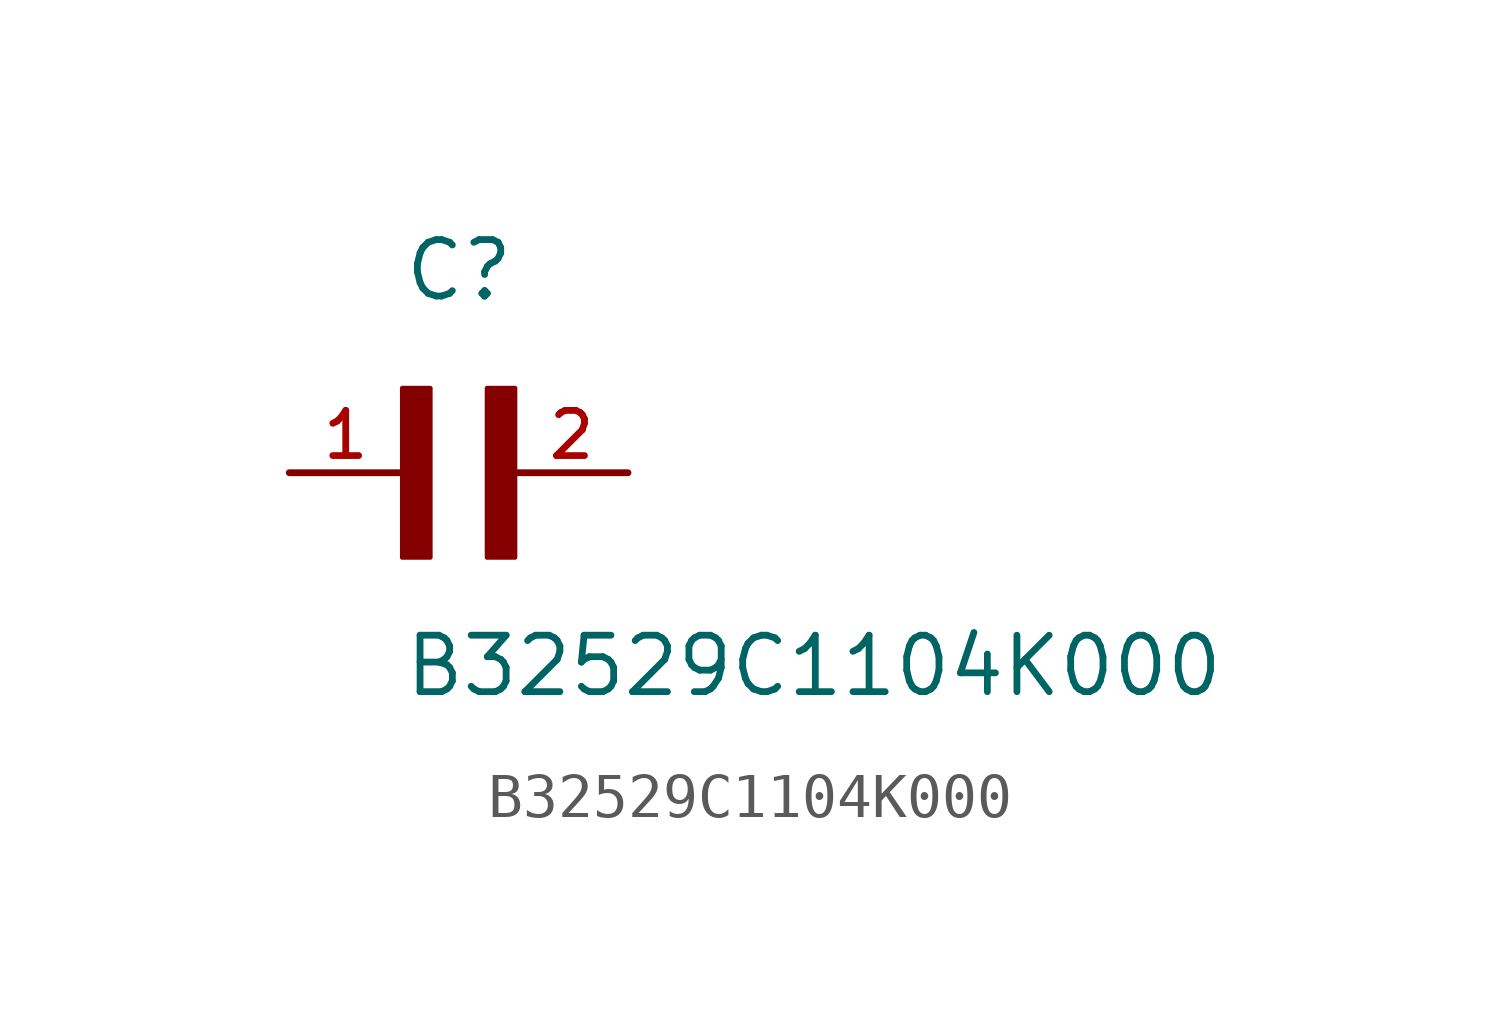
<source format=kicad_sym>
(kicad_symbol_lib
  (version 20211014)
  (generator kicad_symbol_editor)
  (symbol "B32529C1104K000"
    (pin_names
      (offset 1.016))
    (property "Reference" "C"
      (at 0.0 3.811 0)
      (effects (font (size 1.27 1.27)) (justify bottom left)))
    (property "Value" "B32529C1104K000"
      (at 0.0 -5.088 0)
      (effects (font (size 1.27 1.27)) (justify bottom left)))
    (symbol "B32529C1104K000_0_0"
      (rectangle (start 0.0 -1.907) (end 0.635 1.905) (stroke (width 0.1)) (fill (type outline)))
      (rectangle (start 1.907 -1.907) (end 2.54 1.905) (stroke (width 0.1)) (fill (type outline)))
      (pin passive line (at -2.54 0.0 0) (length 2.54) (name "~" (effects (font (size 1.016 1.016)))) (number "1" (effects (font (size 1.016 1.016)))))
      (pin passive line (at 5.08 0.0 180.0) (length 2.54) (name "~" (effects (font (size 1.016 1.016)))) (number "2" (effects (font (size 1.016 1.016))))))))
</source>
